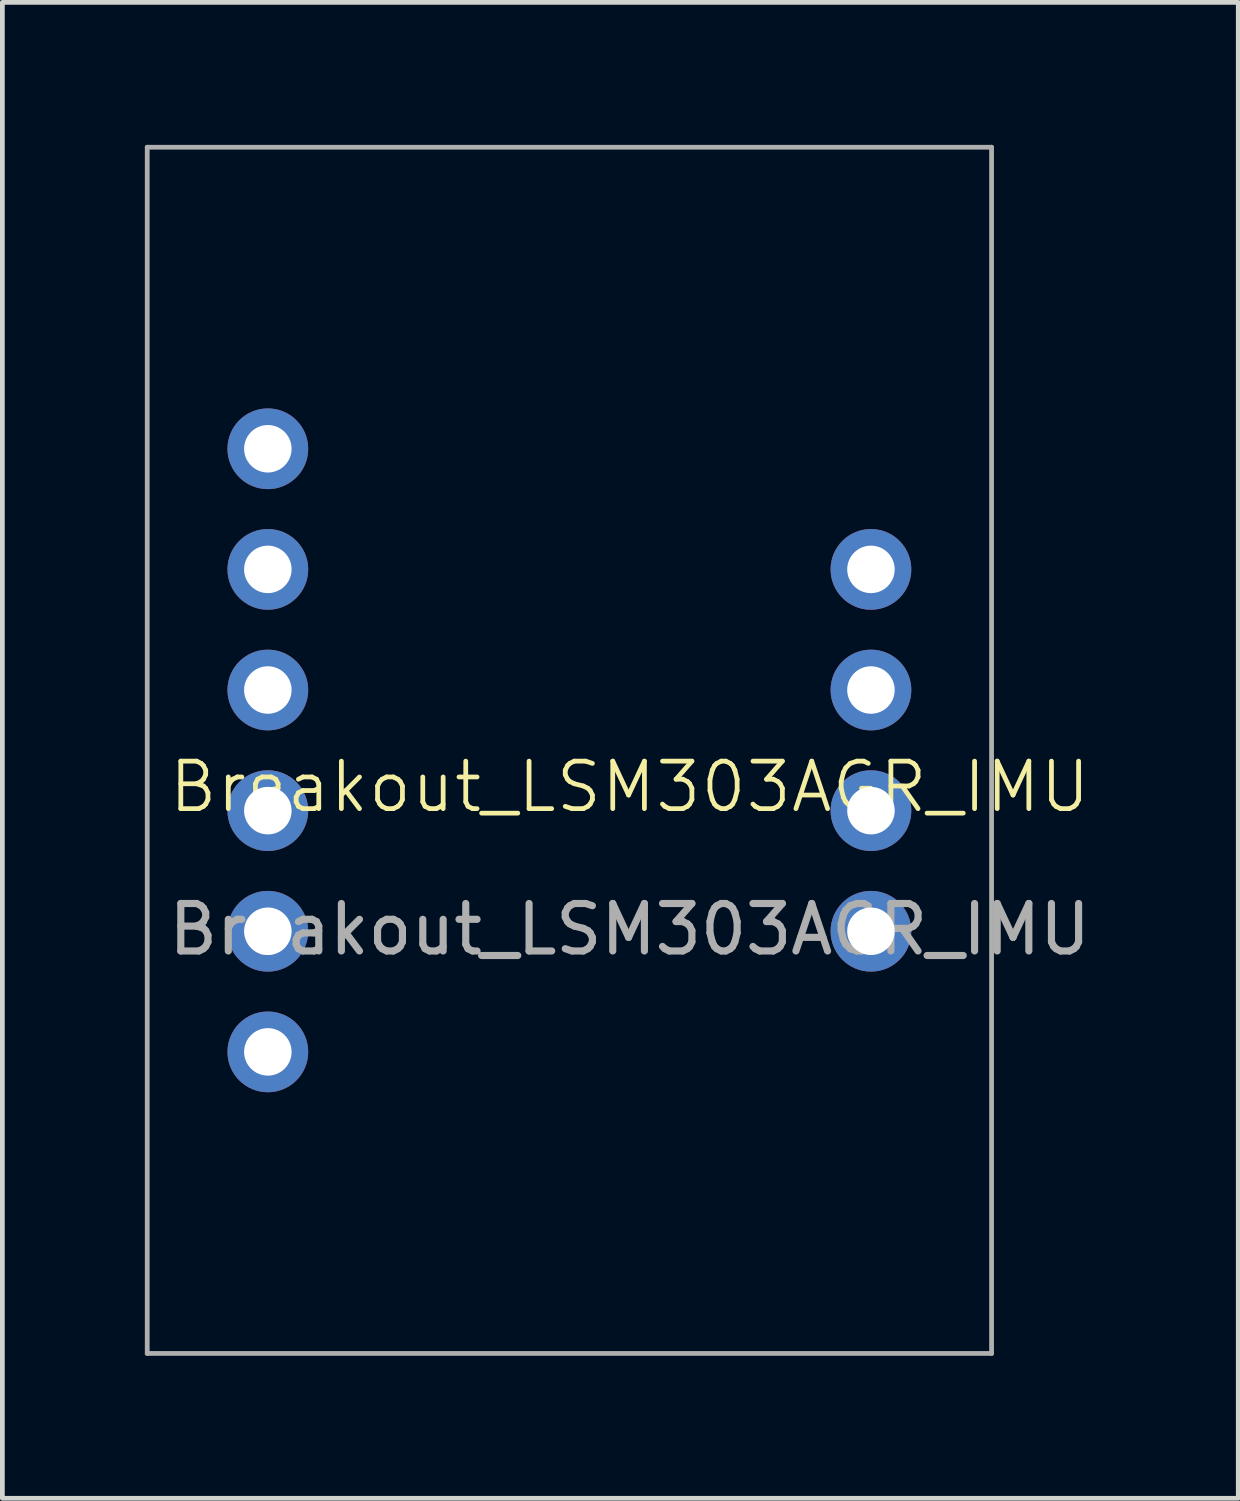
<source format=kicad_pcb>
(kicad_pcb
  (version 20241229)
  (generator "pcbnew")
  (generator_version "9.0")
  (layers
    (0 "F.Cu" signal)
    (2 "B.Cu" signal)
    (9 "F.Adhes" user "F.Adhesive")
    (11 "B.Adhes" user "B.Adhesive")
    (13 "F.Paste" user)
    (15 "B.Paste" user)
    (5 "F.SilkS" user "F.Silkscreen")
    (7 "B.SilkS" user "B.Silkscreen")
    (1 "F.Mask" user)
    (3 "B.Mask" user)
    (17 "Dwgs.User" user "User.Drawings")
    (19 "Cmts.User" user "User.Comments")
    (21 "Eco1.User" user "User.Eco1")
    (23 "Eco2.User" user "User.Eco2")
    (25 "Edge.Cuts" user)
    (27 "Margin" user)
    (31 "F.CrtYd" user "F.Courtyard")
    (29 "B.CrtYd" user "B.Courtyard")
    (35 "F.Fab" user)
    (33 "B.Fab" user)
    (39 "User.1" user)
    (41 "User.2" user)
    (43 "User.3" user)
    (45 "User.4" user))
  (footprint "Breakout_LSM303AGR_IMU"
    (layer "F.Cu")
    (at 10.21 14.02)
    (property "Reference" "Breakout_LSM303AGR_IMU" (at 0 -0.5 0) (unlocked yes) (layer "F.SilkS") (effects (font (size 1 1) (thickness 0.1))))
    (attr through_hole)
    (fp_line (start -10.16 -13.97) (end 7.62 -13.97) (stroke (width 0.1) (type default)) (layer "F.Fab"))
    (fp_line (start -10.16 11.43) (end -10.16 -13.97) (stroke (width 0.1) (type default)) (layer "F.Fab"))
    (fp_line (start 7.62 -13.97) (end 7.62 11.43) (stroke (width 0.1) (type default)) (layer "F.Fab"))
    (fp_line (start 7.62 11.43) (end -10.16 11.43) (stroke (width 0.1) (type default)) (layer "F.Fab"))
    (fp_text user "${REFERENCE}" (at 0 2.5 0) (unlocked yes) (layer "F.Fab") (effects (font (size 1 1) (thickness 0.15))))
    (pad "1" thru_hole oval (at -7.62 -7.62 90) (size 1.7 1.7) (drill 1) (layers "*.Cu" "*.Mask"))
    (pad "2" thru_hole oval (at -7.62 -5.08) (size 1.7 1.7) (drill 1) (layers "*.Cu" "*.Mask"))
    (pad "3" thru_hole oval (at -7.62 -2.54) (size 1.7 1.7) (drill 1) (layers "*.Cu" "*.Mask"))
    (pad "4" thru_hole oval (at -7.62 0) (size 1.7 1.7) (drill 1) (layers "*.Cu" "*.Mask"))
    (pad "5" thru_hole oval (at -7.62 2.54) (size 1.7 1.7) (drill 1) (layers "*.Cu" "*.Mask"))
    (pad "6" thru_hole oval (at -7.62 5.08 90) (size 1.7 1.7) (drill 1) (layers "*.Cu" "*.Mask"))
    (pad "7" thru_hole oval (at 5.08 -5.08) (size 1.7 1.7) (drill 1) (layers "*.Cu" "*.Mask"))
    (pad "8" thru_hole oval (at 5.08 -2.54) (size 1.7 1.7) (drill 1) (layers "*.Cu" "*.Mask"))
    (pad "9" thru_hole oval (at 5.08 0) (size 1.7 1.7) (drill 1) (layers "*.Cu" "*.Mask"))
    (pad "10" thru_hole oval (at 5.08 2.54) (size 1.7 1.7) (drill 1) (layers "*.Cu" "*.Mask")))
  (gr_rect
    (start -3 -3)
    (end 23.025 28.5)
    (stroke (width 0.1) (type default))
    (fill no)
    (layer "Edge.Cuts")))
</source>
